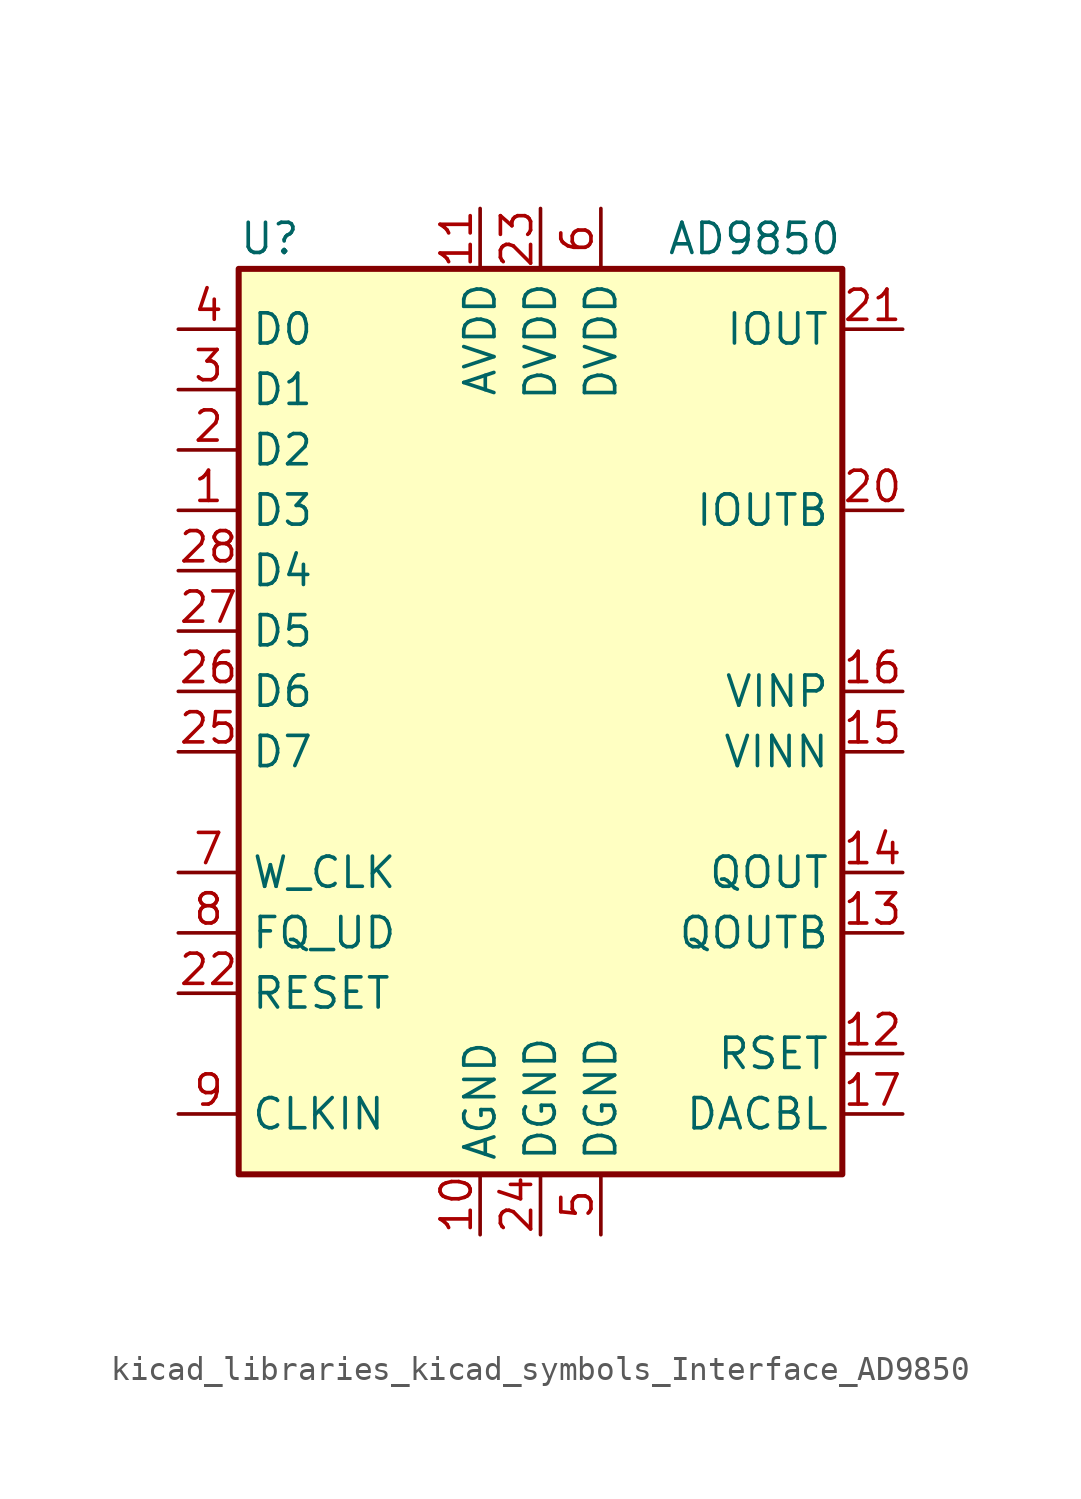
<source format=kicad_sym>
(kicad_symbol_lib
  (version 20220914)
  (generator kicad_symbol_editor)
  (symbol "kicad_libraries_kicad_symbols_Interface_AD9850"
    (property "Reference" "U"
      (at -12.7 19.05 0)
      (effects (font (size 1.27 1.27)) (justify left)))
    (property "Value" "AD9850"
      (at 12.7 19.05 0)
      (effects (font (size 1.27 1.27)) (justify right)))
    (symbol "kicad_libraries_kicad_symbols_Interface_AD9850_0_1"
      (rectangle (start -12.7 17.78) (end 12.7 -20.32) (stroke (width 0.254) (type default)) (fill (type background))))
    (symbol "kicad_libraries_kicad_symbols_Interface_AD9850_1_1"
      (pin input line (at -15.24 7.62 0) (length 2.54) (name "D3" (effects (font (size 1.27 1.27)))) (number "1" (effects (font (size 1.27 1.27)))))
      (pin power_in line (at -2.54 -22.86 90) (length 2.54) (name "AGND" (effects (font (size 1.27 1.27)))) (number "10" (effects (font (size 1.27 1.27)))))
      (pin power_in line (at -2.54 20.32 270) (length 2.54) (name "AVDD" (effects (font (size 1.27 1.27)))) (number "11" (effects (font (size 1.27 1.27)))))
      (pin passive line (at 15.24 -15.24 180) (length 2.54) (name "RSET" (effects (font (size 1.27 1.27)))) (number "12" (effects (font (size 1.27 1.27)))))
      (pin output line (at 15.24 -10.16 180) (length 2.54) (name "QOUTB" (effects (font (size 1.27 1.27)))) (number "13" (effects (font (size 1.27 1.27)))))
      (pin output line (at 15.24 -7.62 180) (length 2.54) (name "QOUT" (effects (font (size 1.27 1.27)))) (number "14" (effects (font (size 1.27 1.27)))))
      (pin input line (at 15.24 -2.54 180) (length 2.54) (name "VINN" (effects (font (size 1.27 1.27)))) (number "15" (effects (font (size 1.27 1.27)))))
      (pin input line (at 15.24 0 180) (length 2.54) (name "VINP" (effects (font (size 1.27 1.27)))) (number "16" (effects (font (size 1.27 1.27)))))
      (pin passive line (at 15.24 -17.78 180) (length 2.54) (name "DACBL" (effects (font (size 1.27 1.27)))) (number "17" (effects (font (size 1.27 1.27)))))
      (pin passive line (at -2.54 20.32 270) (length 2.54) hide (name "AVDD" (effects (font (size 1.27 1.27)))) (number "18" (effects (font (size 1.27 1.27)))))
      (pin passive line (at -2.54 -22.86 90) (length 2.54) hide (name "AGND" (effects (font (size 1.27 1.27)))) (number "19" (effects (font (size 1.27 1.27)))))
      (pin input line (at -15.24 10.16 0) (length 2.54) (name "D2" (effects (font (size 1.27 1.27)))) (number "2" (effects (font (size 1.27 1.27)))))
      (pin output line (at 15.24 7.62 180) (length 2.54) (name "IOUTB" (effects (font (size 1.27 1.27)))) (number "20" (effects (font (size 1.27 1.27)))))
      (pin output line (at 15.24 15.24 180) (length 2.54) (name "IOUT" (effects (font (size 1.27 1.27)))) (number "21" (effects (font (size 1.27 1.27)))))
      (pin input line (at -15.24 -12.7 0) (length 2.54) (name "RESET" (effects (font (size 1.27 1.27)))) (number "22" (effects (font (size 1.27 1.27)))))
      (pin power_in line (at 0 20.32 270) (length 2.54) (name "DVDD" (effects (font (size 1.27 1.27)))) (number "23" (effects (font (size 1.27 1.27)))))
      (pin power_in line (at 0 -22.86 90) (length 2.54) (name "DGND" (effects (font (size 1.27 1.27)))) (number "24" (effects (font (size 1.27 1.27)))))
      (pin input line (at -15.24 -2.54 0) (length 2.54) (name "D7" (effects (font (size 1.27 1.27)))) (number "25" (effects (font (size 1.27 1.27)))))
      (pin input line (at -15.24 0 0) (length 2.54) (name "D6" (effects (font (size 1.27 1.27)))) (number "26" (effects (font (size 1.27 1.27)))))
      (pin input line (at -15.24 2.54 0) (length 2.54) (name "D5" (effects (font (size 1.27 1.27)))) (number "27" (effects (font (size 1.27 1.27)))))
      (pin input line (at -15.24 5.08 0) (length 2.54) (name "D4" (effects (font (size 1.27 1.27)))) (number "28" (effects (font (size 1.27 1.27)))))
      (pin input line (at -15.24 12.7 0) (length 2.54) (name "D1" (effects (font (size 1.27 1.27)))) (number "3" (effects (font (size 1.27 1.27)))))
      (pin input line (at -15.24 15.24 0) (length 2.54) (name "D0" (effects (font (size 1.27 1.27)))) (number "4" (effects (font (size 1.27 1.27)))))
      (pin power_in line (at 2.54 -22.86 90) (length 2.54) (name "DGND" (effects (font (size 1.27 1.27)))) (number "5" (effects (font (size 1.27 1.27)))))
      (pin power_in line (at 2.54 20.32 270) (length 2.54) (name "DVDD" (effects (font (size 1.27 1.27)))) (number "6" (effects (font (size 1.27 1.27)))))
      (pin input line (at -15.24 -7.62 0) (length 2.54) (name "W_CLK" (effects (font (size 1.27 1.27)))) (number "7" (effects (font (size 1.27 1.27)))))
      (pin input line (at -15.24 -10.16 0) (length 2.54) (name "FQ_UD" (effects (font (size 1.27 1.27)))) (number "8" (effects (font (size 1.27 1.27)))))
      (pin input line (at -15.24 -17.78 0) (length 2.54) (name "CLKIN" (effects (font (size 1.27 1.27)))) (number "9" (effects (font (size 1.27 1.27))))))))
</source>
